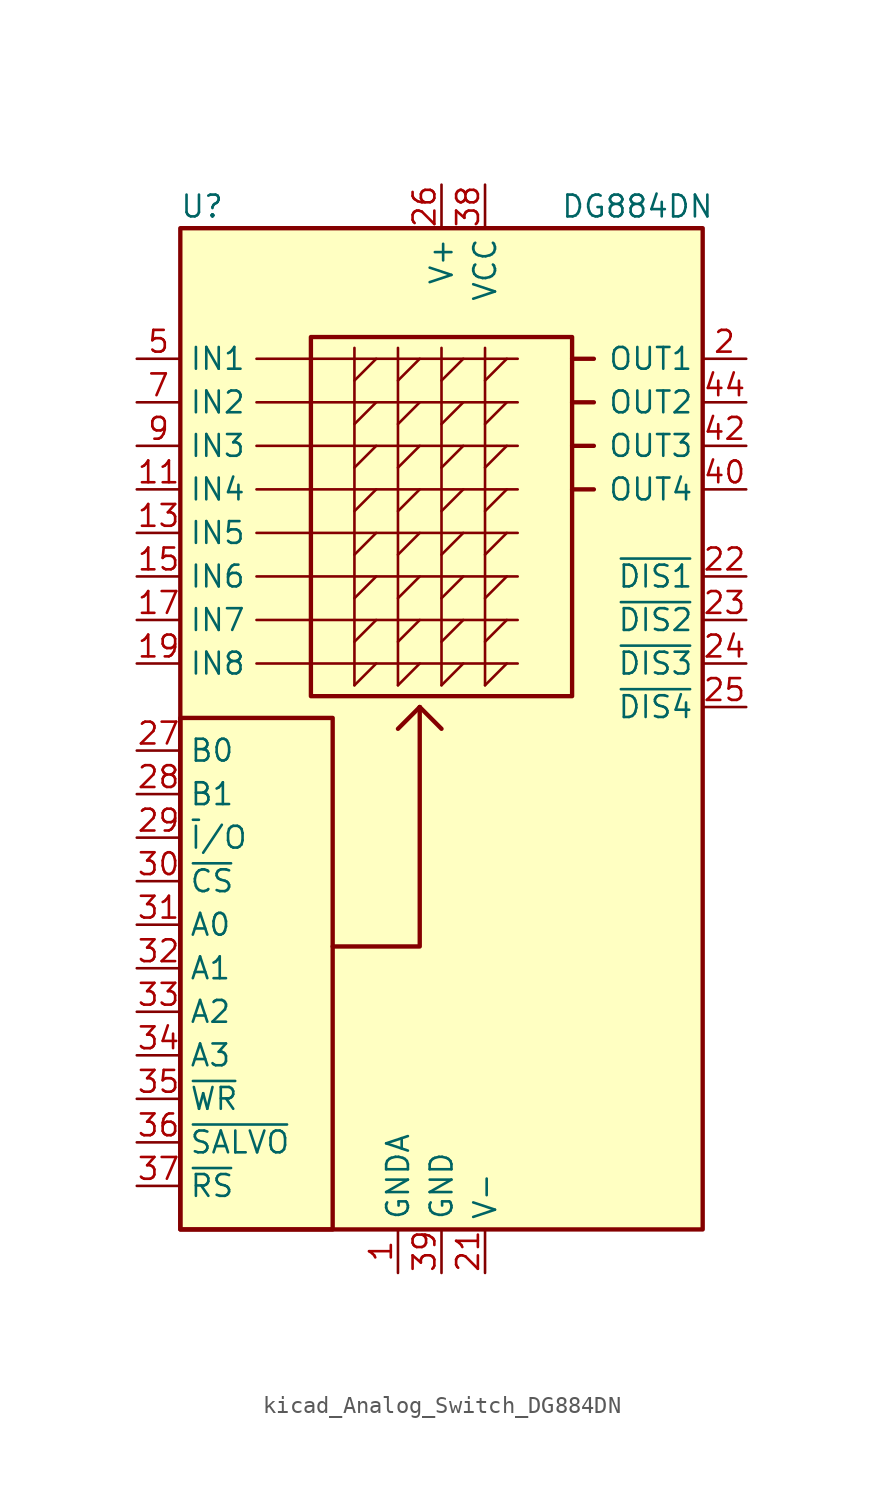
<source format=kicad_sym>
(kicad_symbol_lib
  (version 20220914)
  (generator kicad_symbol_editor)
  (symbol "kicad_Analog_Switch_DG884DN"
    (property "Reference" "U"
      (at -13.97 34.29 0)
      (effects (font (size 1.27 1.27))))
    (property "Value" "DG884DN"
      (at 11.43 34.29 0)
      (effects (font (size 1.27 1.27))))
    (symbol "kicad_Analog_Switch_DG884DN_0_1"
      (rectangle (start -15.24 -25.4) (end 15.24 33.02) (stroke (width 0.254) (type default)) (fill (type background)))
      (rectangle (start -15.24 4.445) (end -6.35 -25.4) (stroke (width 0.254) (type default)) (fill (type none)))
      (rectangle (start -7.62 26.67) (end 7.62 5.715) (stroke (width 0.254) (type default)) (fill (type none)))
      (polyline (pts (xy -10.795 7.62) (xy 4.445 7.62)) (stroke (width 0) (type default)) (fill (type none)))
      (polyline (pts (xy -10.795 10.16) (xy 4.445 10.16)) (stroke (width 0) (type default)) (fill (type none)))
      (polyline (pts (xy -10.795 12.7) (xy 4.445 12.7)) (stroke (width 0) (type default)) (fill (type none)))
      (polyline (pts (xy -10.795 15.24) (xy 4.445 15.24)) (stroke (width 0) (type default)) (fill (type none)))
      (polyline (pts (xy -10.795 17.78) (xy 4.445 17.78)) (stroke (width 0) (type default)) (fill (type none)))
      (polyline (pts (xy -10.795 20.32) (xy 4.445 20.32)) (stroke (width 0) (type default)) (fill (type none)))
      (polyline (pts (xy -10.795 22.86) (xy 4.445 22.86)) (stroke (width 0) (type default)) (fill (type none)))
      (polyline (pts (xy -10.795 25.4) (xy 4.445 25.4)) (stroke (width 0) (type default)) (fill (type none)))
      (polyline (pts (xy -5.08 6.35) (xy -3.81 7.62)) (stroke (width 0) (type default)) (fill (type none)))
      (polyline (pts (xy -5.08 8.89) (xy -3.81 10.16)) (stroke (width 0) (type default)) (fill (type none)))
      (polyline (pts (xy -5.08 11.43) (xy -3.81 12.7)) (stroke (width 0) (type default)) (fill (type none)))
      (polyline (pts (xy -5.08 13.97) (xy -3.81 15.24)) (stroke (width 0) (type default)) (fill (type none)))
      (polyline (pts (xy -5.08 16.51) (xy -3.81 17.78)) (stroke (width 0) (type default)) (fill (type none)))
      (polyline (pts (xy -5.08 19.05) (xy -3.81 20.32)) (stroke (width 0) (type default)) (fill (type none)))
      (polyline (pts (xy -5.08 21.59) (xy -3.81 22.86)) (stroke (width 0) (type default)) (fill (type none)))
      (polyline (pts (xy -5.08 24.13) (xy -3.81 25.4)) (stroke (width 0) (type default)) (fill (type none)))
      (polyline (pts (xy -5.08 26.035) (xy -5.08 6.35)) (stroke (width 0) (type default)) (fill (type none)))
      (polyline (pts (xy -2.54 6.35) (xy -1.27 7.62)) (stroke (width 0) (type default)) (fill (type none)))
      (polyline (pts (xy -2.54 8.89) (xy -1.27 10.16)) (stroke (width 0) (type default)) (fill (type none)))
      (polyline (pts (xy -2.54 11.43) (xy -1.27 12.7)) (stroke (width 0) (type default)) (fill (type none)))
      (polyline (pts (xy -2.54 13.97) (xy -1.27 15.24)) (stroke (width 0) (type default)) (fill (type none)))
      (polyline (pts (xy -2.54 16.51) (xy -1.27 17.78)) (stroke (width 0) (type default)) (fill (type none)))
      (polyline (pts (xy -2.54 19.05) (xy -1.27 20.32)) (stroke (width 0) (type default)) (fill (type none)))
      (polyline (pts (xy -2.54 21.59) (xy -1.27 22.86)) (stroke (width 0) (type default)) (fill (type none)))
      (polyline (pts (xy -2.54 24.13) (xy -1.27 25.4)) (stroke (width 0) (type default)) (fill (type none)))
      (polyline (pts (xy -2.54 26.035) (xy -2.54 6.35)) (stroke (width 0) (type default)) (fill (type none)))
      (polyline (pts (xy -1.27 5.08) (xy -2.54 3.81)) (stroke (width 0.254) (type default)) (fill (type none)))
      (polyline (pts (xy -1.27 5.08) (xy 0 3.81)) (stroke (width 0.254) (type default)) (fill (type none)))
      (polyline (pts (xy 0 6.35) (xy 1.27 7.62)) (stroke (width 0) (type default)) (fill (type none)))
      (polyline (pts (xy 0 8.89) (xy 1.27 10.16)) (stroke (width 0) (type default)) (fill (type none)))
      (polyline (pts (xy 0 11.43) (xy 1.27 12.7)) (stroke (width 0) (type default)) (fill (type none)))
      (polyline (pts (xy 0 13.97) (xy 1.27 15.24)) (stroke (width 0) (type default)) (fill (type none)))
      (polyline (pts (xy 0 16.51) (xy 1.27 17.78)) (stroke (width 0) (type default)) (fill (type none)))
      (polyline (pts (xy 0 19.05) (xy 1.27 20.32)) (stroke (width 0) (type default)) (fill (type none)))
      (polyline (pts (xy 0 21.59) (xy 1.27 22.86)) (stroke (width 0) (type default)) (fill (type none)))
      (polyline (pts (xy 0 24.13) (xy 1.27 25.4)) (stroke (width 0) (type default)) (fill (type none)))
      (polyline (pts (xy 0 26.035) (xy 0 6.35)) (stroke (width 0) (type default)) (fill (type none)))
      (polyline (pts (xy 2.54 6.35) (xy 3.81 7.62)) (stroke (width 0) (type default)) (fill (type none)))
      (polyline (pts (xy 2.54 8.89) (xy 3.81 10.16)) (stroke (width 0) (type default)) (fill (type none)))
      (polyline (pts (xy 2.54 11.43) (xy 3.81 12.7)) (stroke (width 0) (type default)) (fill (type none)))
      (polyline (pts (xy 2.54 13.97) (xy 3.81 15.24)) (stroke (width 0) (type default)) (fill (type none)))
      (polyline (pts (xy 2.54 16.51) (xy 3.81 17.78)) (stroke (width 0) (type default)) (fill (type none)))
      (polyline (pts (xy 2.54 19.05) (xy 3.81 20.32)) (stroke (width 0) (type default)) (fill (type none)))
      (polyline (pts (xy 2.54 21.59) (xy 3.81 22.86)) (stroke (width 0) (type default)) (fill (type none)))
      (polyline (pts (xy 2.54 24.13) (xy 3.81 25.4)) (stroke (width 0) (type default)) (fill (type none)))
      (polyline (pts (xy 2.54 26.035) (xy 2.54 6.35)) (stroke (width 0) (type default)) (fill (type none)))
      (polyline (pts (xy 7.62 20.32) (xy 8.89 20.32)) (stroke (width 0.254) (type default)) (fill (type none)))
      (polyline (pts (xy 7.62 22.86) (xy 8.89 22.86)) (stroke (width 0.254) (type default)) (fill (type none)))
      (polyline (pts (xy 8.89 17.78) (xy 7.62 17.78)) (stroke (width 0.254) (type default)) (fill (type none)))
      (polyline (pts (xy 8.89 25.4) (xy 7.62 25.4)) (stroke (width 0.254) (type default)) (fill (type none)))
      (polyline (pts (xy -6.35 -8.89) (xy -1.27 -8.89) (xy -1.27 5.08)) (stroke (width 0.254) (type default)) (fill (type none))))
    (symbol "kicad_Analog_Switch_DG884DN_1_1"
      (pin power_in line (at -2.54 -27.94 90) (length 2.54) (name "GNDA" (effects (font (size 1.27 1.27)))) (number "1" (effects (font (size 1.27 1.27)))))
      (pin passive line (at -2.54 -27.94 90) (length 2.54) hide (name "GNDA" (effects (font (size 1.27 1.27)))) (number "10" (effects (font (size 1.27 1.27)))))
      (pin input line (at -17.78 17.78 0) (length 2.54) (name "IN4" (effects (font (size 1.27 1.27)))) (number "11" (effects (font (size 1.27 1.27)))))
      (pin passive line (at -2.54 -27.94 90) (length 2.54) hide (name "GNDA" (effects (font (size 1.27 1.27)))) (number "12" (effects (font (size 1.27 1.27)))))
      (pin input line (at -17.78 15.24 0) (length 2.54) (name "IN5" (effects (font (size 1.27 1.27)))) (number "13" (effects (font (size 1.27 1.27)))))
      (pin passive line (at -2.54 -27.94 90) (length 2.54) hide (name "GNDA" (effects (font (size 1.27 1.27)))) (number "14" (effects (font (size 1.27 1.27)))))
      (pin input line (at -17.78 12.7 0) (length 2.54) (name "IN6" (effects (font (size 1.27 1.27)))) (number "15" (effects (font (size 1.27 1.27)))))
      (pin passive line (at -2.54 -27.94 90) (length 2.54) hide (name "GNDA" (effects (font (size 1.27 1.27)))) (number "16" (effects (font (size 1.27 1.27)))))
      (pin input line (at -17.78 10.16 0) (length 2.54) (name "IN7" (effects (font (size 1.27 1.27)))) (number "17" (effects (font (size 1.27 1.27)))))
      (pin passive line (at -2.54 -27.94 90) (length 2.54) hide (name "GNDA" (effects (font (size 1.27 1.27)))) (number "18" (effects (font (size 1.27 1.27)))))
      (pin input line (at -17.78 7.62 0) (length 2.54) (name "IN8" (effects (font (size 1.27 1.27)))) (number "19" (effects (font (size 1.27 1.27)))))
      (pin output line (at 17.78 25.4 180) (length 2.54) (name "OUT1" (effects (font (size 1.27 1.27)))) (number "2" (effects (font (size 1.27 1.27)))))
      (pin passive line (at -2.54 -27.94 90) (length 2.54) hide (name "GNDA" (effects (font (size 1.27 1.27)))) (number "20" (effects (font (size 1.27 1.27)))))
      (pin passive line (at 2.54 -27.94 90) (length 2.54) (name "V-" (effects (font (size 1.27 1.27)))) (number "21" (effects (font (size 1.27 1.27)))))
      (pin open_collector line (at 17.78 12.7 180) (length 2.54) (name "~{DIS1}" (effects (font (size 1.27 1.27)))) (number "22" (effects (font (size 1.27 1.27)))))
      (pin open_collector line (at 17.78 10.16 180) (length 2.54) (name "~{DIS2}" (effects (font (size 1.27 1.27)))) (number "23" (effects (font (size 1.27 1.27)))))
      (pin open_collector line (at 17.78 7.62 180) (length 2.54) (name "~{DIS3}" (effects (font (size 1.27 1.27)))) (number "24" (effects (font (size 1.27 1.27)))))
      (pin open_collector line (at 17.78 5.08 180) (length 2.54) (name "~{DIS4}" (effects (font (size 1.27 1.27)))) (number "25" (effects (font (size 1.27 1.27)))))
      (pin passive line (at 0 35.56 270) (length 2.54) (name "V+" (effects (font (size 1.27 1.27)))) (number "26" (effects (font (size 1.27 1.27)))))
      (pin input line (at -17.78 2.54 0) (length 2.54) (name "B0" (effects (font (size 1.27 1.27)))) (number "27" (effects (font (size 1.27 1.27)))))
      (pin input line (at -17.78 0 0) (length 2.54) (name "B1" (effects (font (size 1.27 1.27)))) (number "28" (effects (font (size 1.27 1.27)))))
      (pin input line (at -17.78 -2.54 0) (length 2.54) (name "~{I}/O" (effects (font (size 1.27 1.27)))) (number "29" (effects (font (size 1.27 1.27)))))
      (pin passive line (at -2.54 -27.94 90) (length 2.54) hide (name "GNDA" (effects (font (size 1.27 1.27)))) (number "3" (effects (font (size 1.27 1.27)))))
      (pin input line (at -17.78 -5.08 0) (length 2.54) (name "~{CS}" (effects (font (size 1.27 1.27)))) (number "30" (effects (font (size 1.27 1.27)))))
      (pin input line (at -17.78 -7.62 0) (length 2.54) (name "A0" (effects (font (size 1.27 1.27)))) (number "31" (effects (font (size 1.27 1.27)))))
      (pin input line (at -17.78 -10.16 0) (length 2.54) (name "A1" (effects (font (size 1.27 1.27)))) (number "32" (effects (font (size 1.27 1.27)))))
      (pin input line (at -17.78 -12.7 0) (length 2.54) (name "A2" (effects (font (size 1.27 1.27)))) (number "33" (effects (font (size 1.27 1.27)))))
      (pin input line (at -17.78 -15.24 0) (length 2.54) (name "A3" (effects (font (size 1.27 1.27)))) (number "34" (effects (font (size 1.27 1.27)))))
      (pin input line (at -17.78 -17.78 0) (length 2.54) (name "~{WR}" (effects (font (size 1.27 1.27)))) (number "35" (effects (font (size 1.27 1.27)))))
      (pin input line (at -17.78 -20.32 0) (length 2.54) (name "~{SALVO}" (effects (font (size 1.27 1.27)))) (number "36" (effects (font (size 1.27 1.27)))))
      (pin input line (at -17.78 -22.86 0) (length 2.54) (name "~{RS}" (effects (font (size 1.27 1.27)))) (number "37" (effects (font (size 1.27 1.27)))))
      (pin power_in line (at 2.54 35.56 270) (length 2.54) (name "VCC" (effects (font (size 1.27 1.27)))) (number "38" (effects (font (size 1.27 1.27)))))
      (pin power_in line (at 0 -27.94 90) (length 2.54) (name "GND" (effects (font (size 1.27 1.27)))) (number "39" (effects (font (size 1.27 1.27)))))
      (pin passive line (at -2.54 -27.94 90) (length 2.54) hide (name "GNDA" (effects (font (size 1.27 1.27)))) (number "4" (effects (font (size 1.27 1.27)))))
      (pin output line (at 17.78 17.78 180) (length 2.54) (name "OUT4" (effects (font (size 1.27 1.27)))) (number "40" (effects (font (size 1.27 1.27)))))
      (pin passive line (at -2.54 -27.94 90) (length 2.54) hide (name "GNDA" (effects (font (size 1.27 1.27)))) (number "41" (effects (font (size 1.27 1.27)))))
      (pin output line (at 17.78 20.32 180) (length 2.54) (name "OUT3" (effects (font (size 1.27 1.27)))) (number "42" (effects (font (size 1.27 1.27)))))
      (pin passive line (at -2.54 -27.94 90) (length 2.54) hide (name "GNDA" (effects (font (size 1.27 1.27)))) (number "43" (effects (font (size 1.27 1.27)))))
      (pin output line (at 17.78 22.86 180) (length 2.54) (name "OUT2" (effects (font (size 1.27 1.27)))) (number "44" (effects (font (size 1.27 1.27)))))
      (pin input line (at -17.78 25.4 0) (length 2.54) (name "IN1" (effects (font (size 1.27 1.27)))) (number "5" (effects (font (size 1.27 1.27)))))
      (pin passive line (at -2.54 -27.94 90) (length 2.54) hide (name "GNDA" (effects (font (size 1.27 1.27)))) (number "6" (effects (font (size 1.27 1.27)))))
      (pin input line (at -17.78 22.86 0) (length 2.54) (name "IN2" (effects (font (size 1.27 1.27)))) (number "7" (effects (font (size 1.27 1.27)))))
      (pin passive line (at -2.54 -27.94 90) (length 2.54) hide (name "GNDA" (effects (font (size 1.27 1.27)))) (number "8" (effects (font (size 1.27 1.27)))))
      (pin input line (at -17.78 20.32 0) (length 2.54) (name "IN3" (effects (font (size 1.27 1.27)))) (number "9" (effects (font (size 1.27 1.27))))))))
</source>
